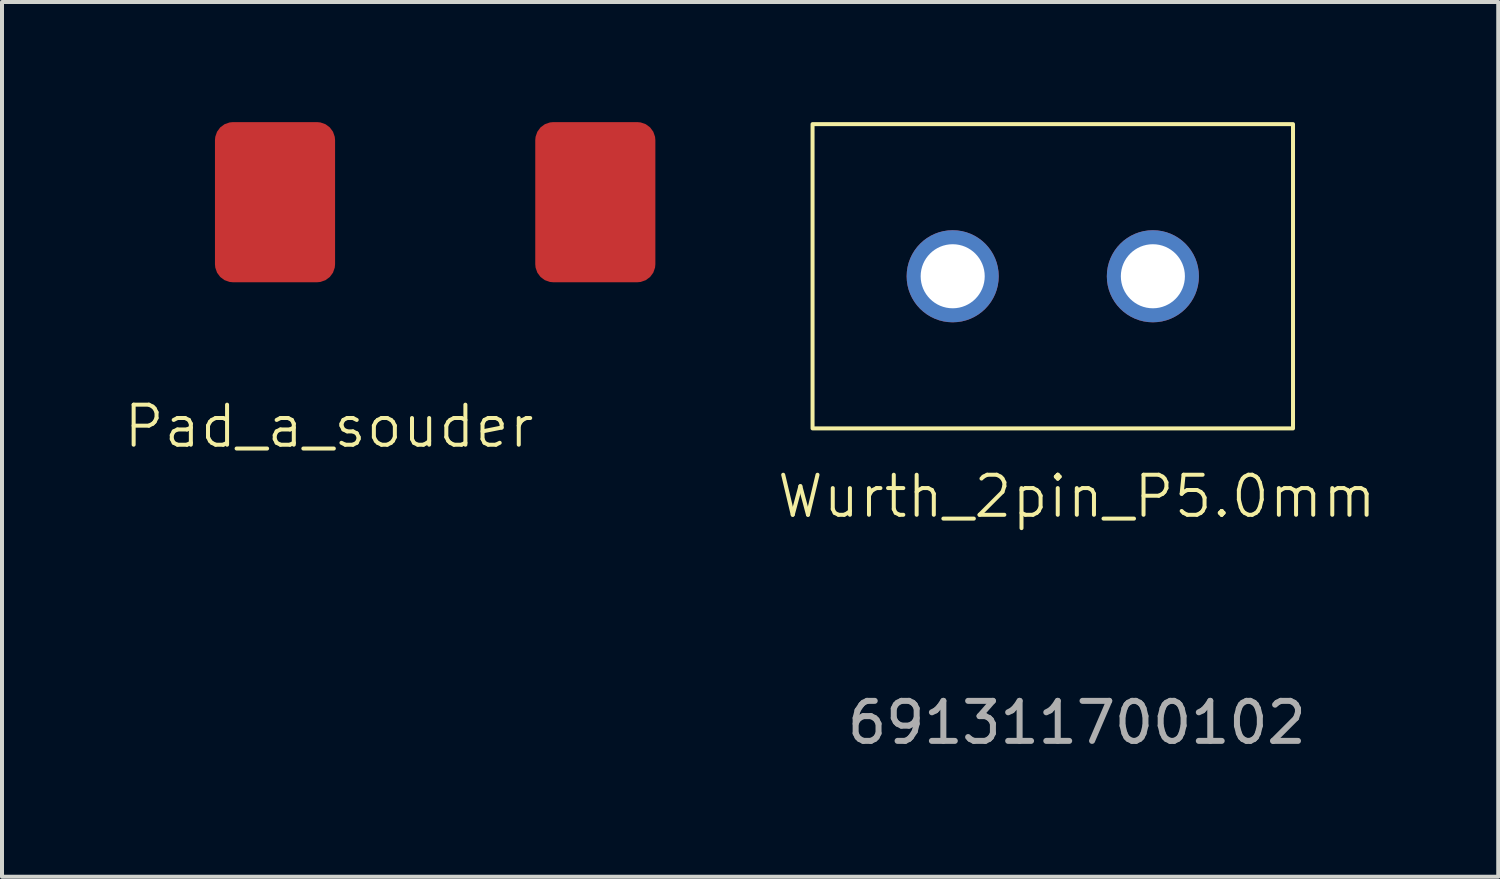
<source format=kicad_pcb>
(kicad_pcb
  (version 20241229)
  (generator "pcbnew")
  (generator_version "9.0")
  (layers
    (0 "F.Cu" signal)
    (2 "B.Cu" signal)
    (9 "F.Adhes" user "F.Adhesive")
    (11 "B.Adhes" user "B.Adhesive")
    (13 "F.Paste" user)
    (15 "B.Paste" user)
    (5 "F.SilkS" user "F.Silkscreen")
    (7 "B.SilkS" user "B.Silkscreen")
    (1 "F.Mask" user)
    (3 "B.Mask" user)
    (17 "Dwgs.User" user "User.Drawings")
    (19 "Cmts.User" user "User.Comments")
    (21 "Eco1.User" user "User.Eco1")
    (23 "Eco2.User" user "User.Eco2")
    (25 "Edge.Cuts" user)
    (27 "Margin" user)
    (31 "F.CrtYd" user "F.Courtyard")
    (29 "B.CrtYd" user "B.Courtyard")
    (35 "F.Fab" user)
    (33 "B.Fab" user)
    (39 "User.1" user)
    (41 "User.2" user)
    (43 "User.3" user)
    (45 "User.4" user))
  (footprint "Wurth_2pin_P5.0mm"
    (layer "F.Cu")
    (at 20.745 3.85)
    (property "Reference" "Wurth_2pin_P5.0mm" (at 3.1 5.5 0) (unlocked yes) (layer "F.SilkS") (effects (font (size 1 1) (thickness 0.1))))
    (attr smd)
    (fp_rect (start -3.5 3.8) (end 8.5 -3.8) (stroke (width 0.1) (type solid)) (fill no) (layer "F.SilkS"))
    (fp_text user "691311700102" (at 3.1 11.15 0) (unlocked yes) (layer "F.Fab") (effects (font (size 1 1) (thickness 0.15))))
    (pad "1" thru_hole circle (at 0 0) (size 2.3 2.3) (drill 1.6) (layers "*.Cu" "*.Mask"))
    (pad "2" thru_hole circle (at 5 0) (size 2.3 2.3) (drill 1.6) (layers "*.Cu" "*.Mask")))
  (footprint "Pad_a_souder"
    (layer "F.Cu")
    (at 3.819 2)
    (property "Reference" "Pad_a_souder" (at 1.35 5.6 0) (unlocked yes) (layer "F.SilkS") (effects (font (size 1 1) (thickness 0.1))))
    (attr smd)
    (pad "1" smd roundrect (at 0 0) (size 3 4) (layers "F.Cu" "F.Mask" "F.Paste") (roundrect_rratio 0.15))
    (pad "2" smd roundrect (at 8 0) (size 3 4) (layers "F.Cu" "F.Mask" "F.Paste") (roundrect_rratio 0.15)))
  (gr_rect
    (start -3 -3)
    (end 34.371 18.848)
    (stroke (width 0.1) (type default))
    (fill no)
    (layer "Edge.Cuts")))
</source>
